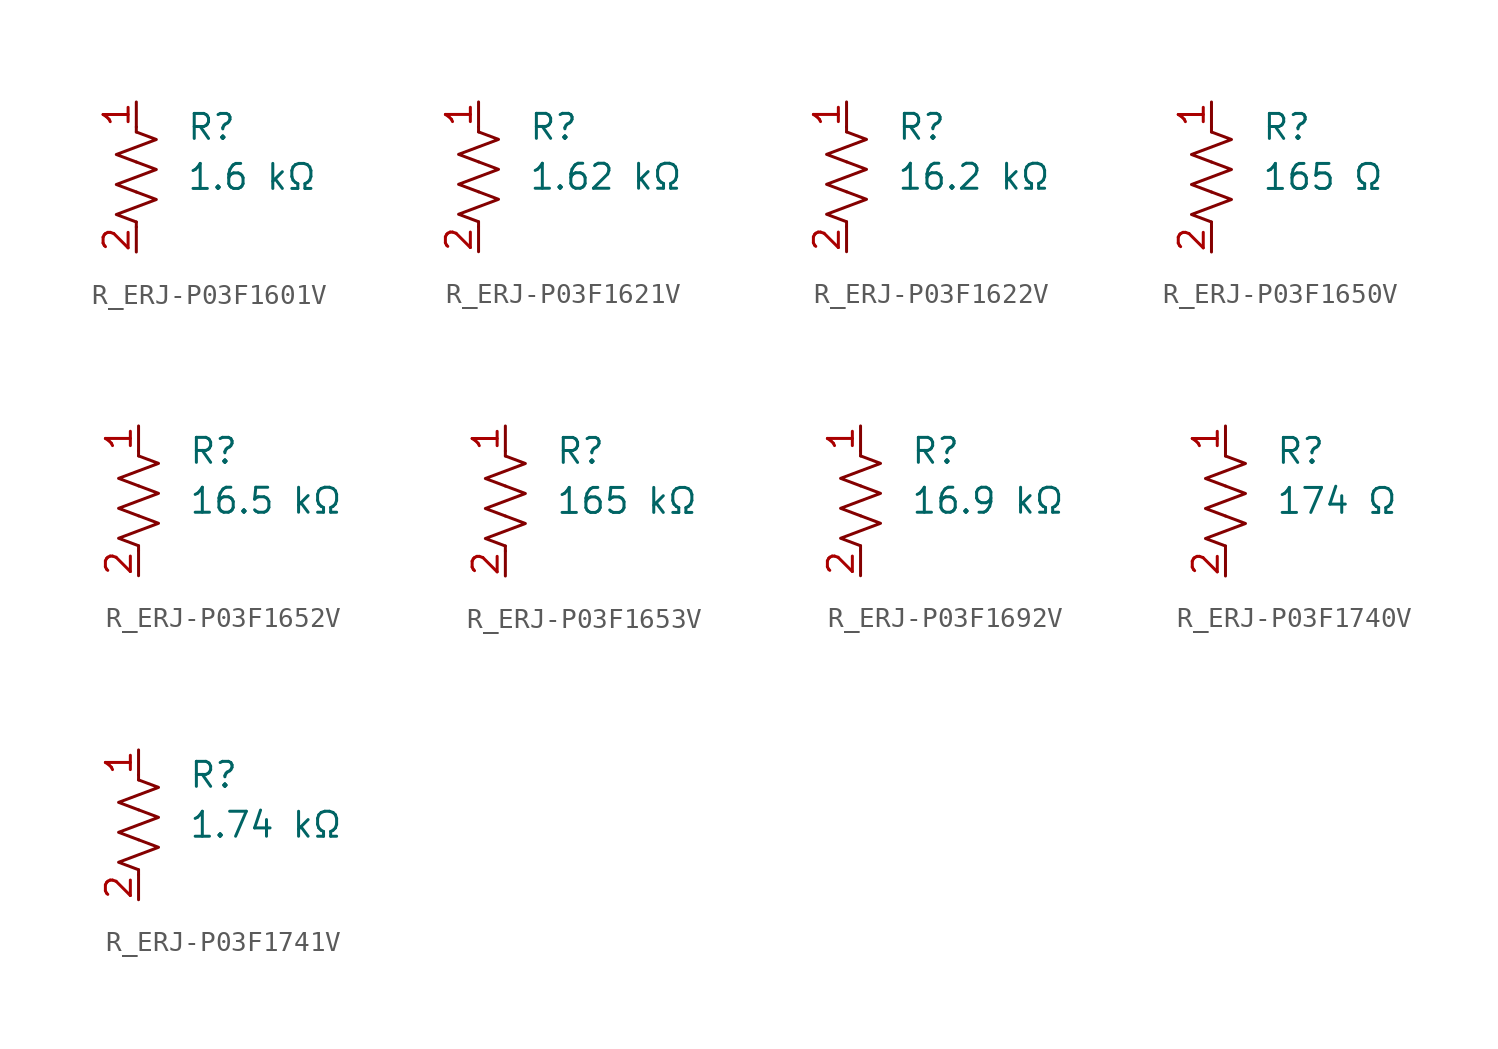
<source format=kicad_sym>
(kicad_symbol_lib
  (version 20231120)
  (generator "kicad_symbol_editor")
  (generator_version "8.0")
  (symbol "R_ERJ-P03F1601V"
    (pin_names
      (offset 0.254))
    (property "Value" "1.6 kΩ"
      (at 2.54 0 0)
      (effects (font (size 1.27 1.27)) (justify left)))
    (property "Reference" "R"
      (at 2.54 2.54 0)
      (effects (font (size 1.27 1.27)) (justify left)))
    (symbol "R_ERJ-P03F1601V_0_1"
      (polyline (pts (xy 0 -2.286) (xy 0 -2.54)) (stroke (width 0) (type default)) (fill (type none)))
      (polyline (pts (xy 0 2.286) (xy 0 2.54)) (stroke (width 0) (type default)) (fill (type none)))
      (polyline (pts (xy 0 -0.762) (xy 1.016 -1.143) (xy 0 -1.524) (xy -1.016 -1.905) (xy 0 -2.286)) (stroke (width 0) (type default)) (fill (type none)))
      (polyline (pts (xy 0 0.762) (xy 1.016 0.381) (xy 0 0) (xy -1.016 -0.381) (xy 0 -0.762)) (stroke (width 0) (type default)) (fill (type none)))
      (polyline (pts (xy 0 2.286) (xy 1.016 1.905) (xy 0 1.524) (xy -1.016 1.143) (xy 0 0.762)) (stroke (width 0) (type default)) (fill (type none))))
    (symbol "R_ERJ-P03F1601V_1_1"
      (pin passive line (at 0 3.81 270) (length 1.27) (name "~" (effects (font (size 1.27 1.27)))) (number "1" (effects (font (size 1.27 1.27)))))
      (pin passive line (at 0 -3.81 90) (length 1.27) (name "~" (effects (font (size 1.27 1.27)))) (number "2" (effects (font (size 1.27 1.27)))))))
  (symbol "R_ERJ-P03F1621V"
    (pin_names
      (offset 0.254))
    (property "Value" "1.62 kΩ"
      (at 2.54 0 0)
      (effects (font (size 1.27 1.27)) (justify left)))
    (property "Reference" "R"
      (at 2.54 2.54 0)
      (effects (font (size 1.27 1.27)) (justify left)))
    (symbol "R_ERJ-P03F1621V_0_1"
      (polyline (pts (xy 0 -2.286) (xy 0 -2.54)) (stroke (width 0) (type default)) (fill (type none)))
      (polyline (pts (xy 0 2.286) (xy 0 2.54)) (stroke (width 0) (type default)) (fill (type none)))
      (polyline (pts (xy 0 -0.762) (xy 1.016 -1.143) (xy 0 -1.524) (xy -1.016 -1.905) (xy 0 -2.286)) (stroke (width 0) (type default)) (fill (type none)))
      (polyline (pts (xy 0 0.762) (xy 1.016 0.381) (xy 0 0) (xy -1.016 -0.381) (xy 0 -0.762)) (stroke (width 0) (type default)) (fill (type none)))
      (polyline (pts (xy 0 2.286) (xy 1.016 1.905) (xy 0 1.524) (xy -1.016 1.143) (xy 0 0.762)) (stroke (width 0) (type default)) (fill (type none))))
    (symbol "R_ERJ-P03F1621V_1_1"
      (pin passive line (at 0 3.81 270) (length 1.27) (name "~" (effects (font (size 1.27 1.27)))) (number "1" (effects (font (size 1.27 1.27)))))
      (pin passive line (at 0 -3.81 90) (length 1.27) (name "~" (effects (font (size 1.27 1.27)))) (number "2" (effects (font (size 1.27 1.27)))))))
  (symbol "R_ERJ-P03F1622V"
    (pin_names
      (offset 0.254))
    (property "Value" "16.2 kΩ"
      (at 2.54 0 0)
      (effects (font (size 1.27 1.27)) (justify left)))
    (property "Reference" "R"
      (at 2.54 2.54 0)
      (effects (font (size 1.27 1.27)) (justify left)))
    (symbol "R_ERJ-P03F1622V_0_1"
      (polyline (pts (xy 0 -2.286) (xy 0 -2.54)) (stroke (width 0) (type default)) (fill (type none)))
      (polyline (pts (xy 0 2.286) (xy 0 2.54)) (stroke (width 0) (type default)) (fill (type none)))
      (polyline (pts (xy 0 -0.762) (xy 1.016 -1.143) (xy 0 -1.524) (xy -1.016 -1.905) (xy 0 -2.286)) (stroke (width 0) (type default)) (fill (type none)))
      (polyline (pts (xy 0 0.762) (xy 1.016 0.381) (xy 0 0) (xy -1.016 -0.381) (xy 0 -0.762)) (stroke (width 0) (type default)) (fill (type none)))
      (polyline (pts (xy 0 2.286) (xy 1.016 1.905) (xy 0 1.524) (xy -1.016 1.143) (xy 0 0.762)) (stroke (width 0) (type default)) (fill (type none))))
    (symbol "R_ERJ-P03F1622V_1_1"
      (pin passive line (at 0 3.81 270) (length 1.27) (name "~" (effects (font (size 1.27 1.27)))) (number "1" (effects (font (size 1.27 1.27)))))
      (pin passive line (at 0 -3.81 90) (length 1.27) (name "~" (effects (font (size 1.27 1.27)))) (number "2" (effects (font (size 1.27 1.27)))))))
  (symbol "R_ERJ-P03F1650V"
    (pin_names
      (offset 0.254))
    (property "Value" "165 Ω"
      (at 2.54 0 0)
      (effects (font (size 1.27 1.27)) (justify left)))
    (property "Reference" "R"
      (at 2.54 2.54 0)
      (effects (font (size 1.27 1.27)) (justify left)))
    (symbol "R_ERJ-P03F1650V_0_1"
      (polyline (pts (xy 0 -2.286) (xy 0 -2.54)) (stroke (width 0) (type default)) (fill (type none)))
      (polyline (pts (xy 0 2.286) (xy 0 2.54)) (stroke (width 0) (type default)) (fill (type none)))
      (polyline (pts (xy 0 -0.762) (xy 1.016 -1.143) (xy 0 -1.524) (xy -1.016 -1.905) (xy 0 -2.286)) (stroke (width 0) (type default)) (fill (type none)))
      (polyline (pts (xy 0 0.762) (xy 1.016 0.381) (xy 0 0) (xy -1.016 -0.381) (xy 0 -0.762)) (stroke (width 0) (type default)) (fill (type none)))
      (polyline (pts (xy 0 2.286) (xy 1.016 1.905) (xy 0 1.524) (xy -1.016 1.143) (xy 0 0.762)) (stroke (width 0) (type default)) (fill (type none))))
    (symbol "R_ERJ-P03F1650V_1_1"
      (pin passive line (at 0 3.81 270) (length 1.27) (name "~" (effects (font (size 1.27 1.27)))) (number "1" (effects (font (size 1.27 1.27)))))
      (pin passive line (at 0 -3.81 90) (length 1.27) (name "~" (effects (font (size 1.27 1.27)))) (number "2" (effects (font (size 1.27 1.27)))))))
  (symbol "R_ERJ-P03F1652V"
    (pin_names
      (offset 0.254))
    (property "Value" "16.5 kΩ"
      (at 2.54 0 0)
      (effects (font (size 1.27 1.27)) (justify left)))
    (property "Reference" "R"
      (at 2.54 2.54 0)
      (effects (font (size 1.27 1.27)) (justify left)))
    (symbol "R_ERJ-P03F1652V_0_1"
      (polyline (pts (xy 0 -2.286) (xy 0 -2.54)) (stroke (width 0) (type default)) (fill (type none)))
      (polyline (pts (xy 0 2.286) (xy 0 2.54)) (stroke (width 0) (type default)) (fill (type none)))
      (polyline (pts (xy 0 -0.762) (xy 1.016 -1.143) (xy 0 -1.524) (xy -1.016 -1.905) (xy 0 -2.286)) (stroke (width 0) (type default)) (fill (type none)))
      (polyline (pts (xy 0 0.762) (xy 1.016 0.381) (xy 0 0) (xy -1.016 -0.381) (xy 0 -0.762)) (stroke (width 0) (type default)) (fill (type none)))
      (polyline (pts (xy 0 2.286) (xy 1.016 1.905) (xy 0 1.524) (xy -1.016 1.143) (xy 0 0.762)) (stroke (width 0) (type default)) (fill (type none))))
    (symbol "R_ERJ-P03F1652V_1_1"
      (pin passive line (at 0 3.81 270) (length 1.27) (name "~" (effects (font (size 1.27 1.27)))) (number "1" (effects (font (size 1.27 1.27)))))
      (pin passive line (at 0 -3.81 90) (length 1.27) (name "~" (effects (font (size 1.27 1.27)))) (number "2" (effects (font (size 1.27 1.27)))))))
  (symbol "R_ERJ-P03F1653V"
    (pin_names
      (offset 0.254))
    (property "Value" "165 kΩ"
      (at 2.54 0 0)
      (effects (font (size 1.27 1.27)) (justify left)))
    (property "Reference" "R"
      (at 2.54 2.54 0)
      (effects (font (size 1.27 1.27)) (justify left)))
    (symbol "R_ERJ-P03F1653V_0_1"
      (polyline (pts (xy 0 -2.286) (xy 0 -2.54)) (stroke (width 0) (type default)) (fill (type none)))
      (polyline (pts (xy 0 2.286) (xy 0 2.54)) (stroke (width 0) (type default)) (fill (type none)))
      (polyline (pts (xy 0 -0.762) (xy 1.016 -1.143) (xy 0 -1.524) (xy -1.016 -1.905) (xy 0 -2.286)) (stroke (width 0) (type default)) (fill (type none)))
      (polyline (pts (xy 0 0.762) (xy 1.016 0.381) (xy 0 0) (xy -1.016 -0.381) (xy 0 -0.762)) (stroke (width 0) (type default)) (fill (type none)))
      (polyline (pts (xy 0 2.286) (xy 1.016 1.905) (xy 0 1.524) (xy -1.016 1.143) (xy 0 0.762)) (stroke (width 0) (type default)) (fill (type none))))
    (symbol "R_ERJ-P03F1653V_1_1"
      (pin passive line (at 0 3.81 270) (length 1.27) (name "~" (effects (font (size 1.27 1.27)))) (number "1" (effects (font (size 1.27 1.27)))))
      (pin passive line (at 0 -3.81 90) (length 1.27) (name "~" (effects (font (size 1.27 1.27)))) (number "2" (effects (font (size 1.27 1.27)))))))
  (symbol "R_ERJ-P03F1692V"
    (pin_names
      (offset 0.254))
    (property "Value" "16.9 kΩ"
      (at 2.54 0 0)
      (effects (font (size 1.27 1.27)) (justify left)))
    (property "Reference" "R"
      (at 2.54 2.54 0)
      (effects (font (size 1.27 1.27)) (justify left)))
    (symbol "R_ERJ-P03F1692V_0_1"
      (polyline (pts (xy 0 -2.286) (xy 0 -2.54)) (stroke (width 0) (type default)) (fill (type none)))
      (polyline (pts (xy 0 2.286) (xy 0 2.54)) (stroke (width 0) (type default)) (fill (type none)))
      (polyline (pts (xy 0 -0.762) (xy 1.016 -1.143) (xy 0 -1.524) (xy -1.016 -1.905) (xy 0 -2.286)) (stroke (width 0) (type default)) (fill (type none)))
      (polyline (pts (xy 0 0.762) (xy 1.016 0.381) (xy 0 0) (xy -1.016 -0.381) (xy 0 -0.762)) (stroke (width 0) (type default)) (fill (type none)))
      (polyline (pts (xy 0 2.286) (xy 1.016 1.905) (xy 0 1.524) (xy -1.016 1.143) (xy 0 0.762)) (stroke (width 0) (type default)) (fill (type none))))
    (symbol "R_ERJ-P03F1692V_1_1"
      (pin passive line (at 0 3.81 270) (length 1.27) (name "~" (effects (font (size 1.27 1.27)))) (number "1" (effects (font (size 1.27 1.27)))))
      (pin passive line (at 0 -3.81 90) (length 1.27) (name "~" (effects (font (size 1.27 1.27)))) (number "2" (effects (font (size 1.27 1.27)))))))
  (symbol "R_ERJ-P03F1740V"
    (pin_names
      (offset 0.254))
    (property "Value" "174 Ω"
      (at 2.54 0 0)
      (effects (font (size 1.27 1.27)) (justify left)))
    (property "Reference" "R"
      (at 2.54 2.54 0)
      (effects (font (size 1.27 1.27)) (justify left)))
    (symbol "R_ERJ-P03F1740V_0_1"
      (polyline (pts (xy 0 -2.286) (xy 0 -2.54)) (stroke (width 0) (type default)) (fill (type none)))
      (polyline (pts (xy 0 2.286) (xy 0 2.54)) (stroke (width 0) (type default)) (fill (type none)))
      (polyline (pts (xy 0 -0.762) (xy 1.016 -1.143) (xy 0 -1.524) (xy -1.016 -1.905) (xy 0 -2.286)) (stroke (width 0) (type default)) (fill (type none)))
      (polyline (pts (xy 0 0.762) (xy 1.016 0.381) (xy 0 0) (xy -1.016 -0.381) (xy 0 -0.762)) (stroke (width 0) (type default)) (fill (type none)))
      (polyline (pts (xy 0 2.286) (xy 1.016 1.905) (xy 0 1.524) (xy -1.016 1.143) (xy 0 0.762)) (stroke (width 0) (type default)) (fill (type none))))
    (symbol "R_ERJ-P03F1740V_1_1"
      (pin passive line (at 0 3.81 270) (length 1.27) (name "~" (effects (font (size 1.27 1.27)))) (number "1" (effects (font (size 1.27 1.27)))))
      (pin passive line (at 0 -3.81 90) (length 1.27) (name "~" (effects (font (size 1.27 1.27)))) (number "2" (effects (font (size 1.27 1.27)))))))
  (symbol "R_ERJ-P03F1741V"
    (pin_names
      (offset 0.254))
    (property "Value" "1.74 kΩ"
      (at 2.54 0 0)
      (effects (font (size 1.27 1.27)) (justify left)))
    (property "Reference" "R"
      (at 2.54 2.54 0)
      (effects (font (size 1.27 1.27)) (justify left)))
    (symbol "R_ERJ-P03F1741V_0_1"
      (polyline (pts (xy 0 -2.286) (xy 0 -2.54)) (stroke (width 0) (type default)) (fill (type none)))
      (polyline (pts (xy 0 2.286) (xy 0 2.54)) (stroke (width 0) (type default)) (fill (type none)))
      (polyline (pts (xy 0 -0.762) (xy 1.016 -1.143) (xy 0 -1.524) (xy -1.016 -1.905) (xy 0 -2.286)) (stroke (width 0) (type default)) (fill (type none)))
      (polyline (pts (xy 0 0.762) (xy 1.016 0.381) (xy 0 0) (xy -1.016 -0.381) (xy 0 -0.762)) (stroke (width 0) (type default)) (fill (type none)))
      (polyline (pts (xy 0 2.286) (xy 1.016 1.905) (xy 0 1.524) (xy -1.016 1.143) (xy 0 0.762)) (stroke (width 0) (type default)) (fill (type none))))
    (symbol "R_ERJ-P03F1741V_1_1"
      (pin passive line (at 0 3.81 270) (length 1.27) (name "~" (effects (font (size 1.27 1.27)))) (number "1" (effects (font (size 1.27 1.27)))))
      (pin passive line (at 0 -3.81 90) (length 1.27) (name "~" (effects (font (size 1.27 1.27)))) (number "2" (effects (font (size 1.27 1.27))))))))
</source>
